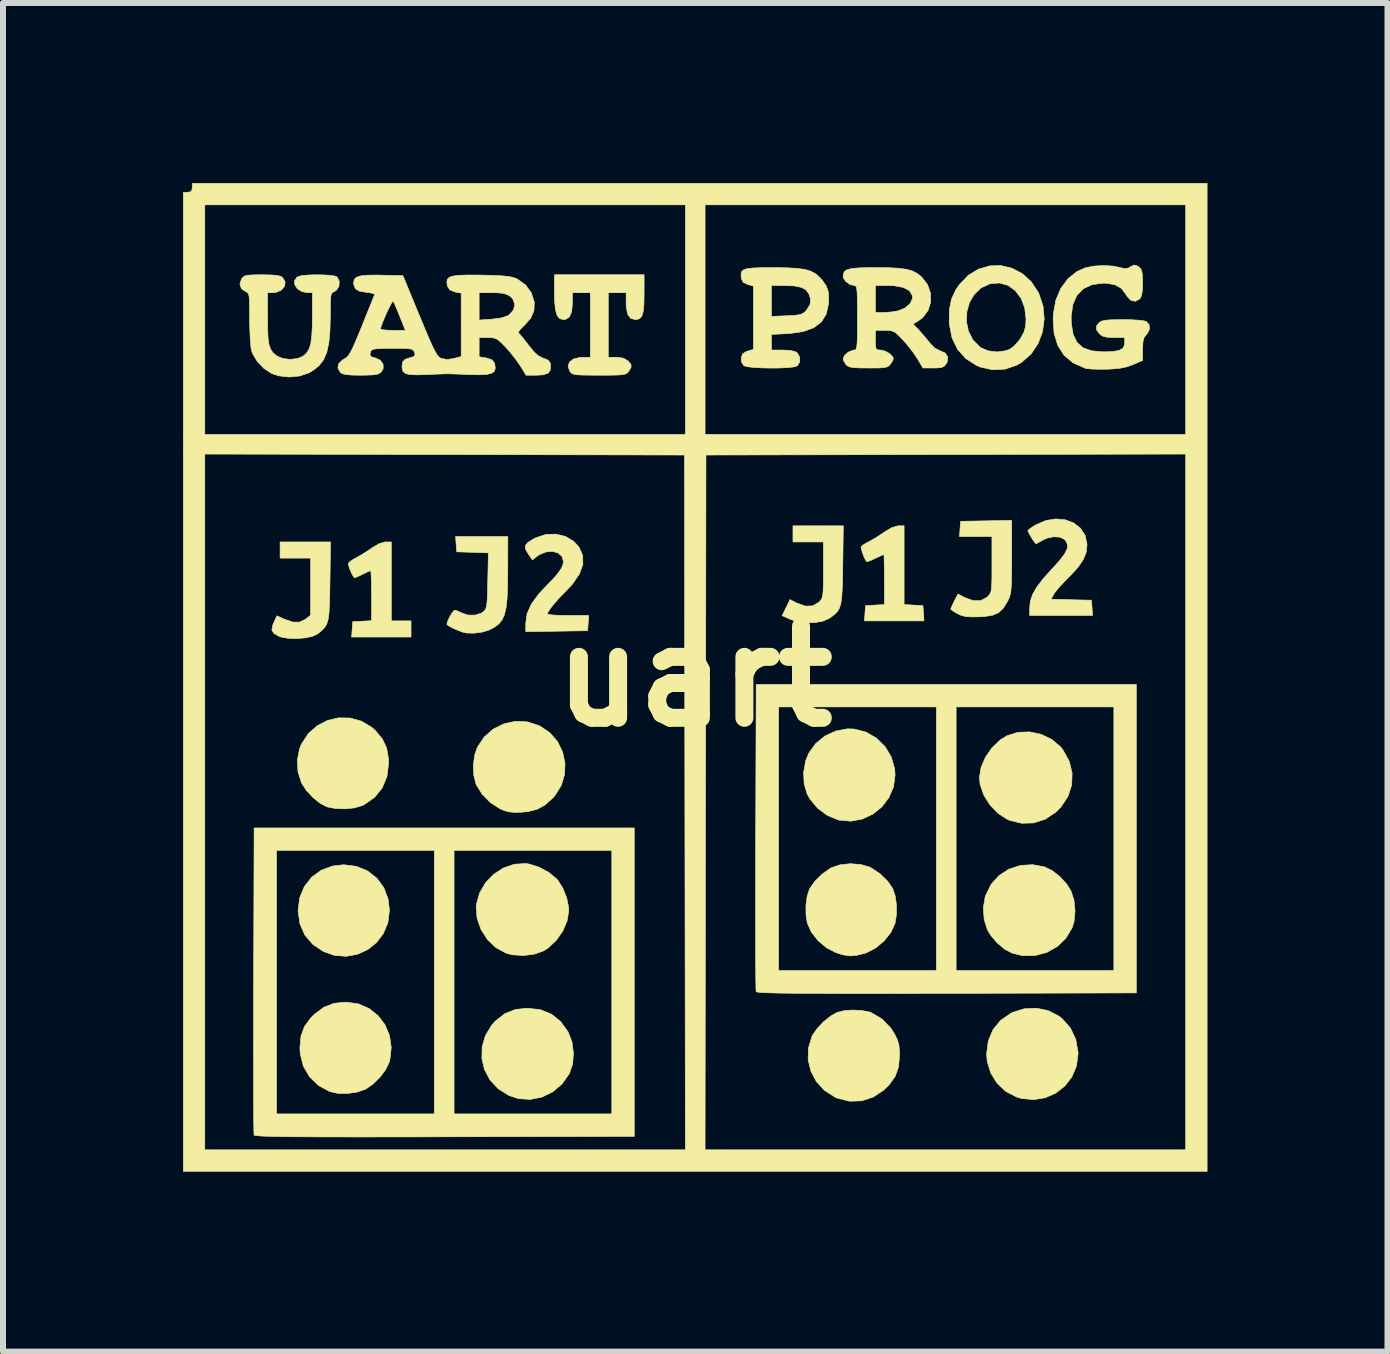
<source format=kicad_pcb>
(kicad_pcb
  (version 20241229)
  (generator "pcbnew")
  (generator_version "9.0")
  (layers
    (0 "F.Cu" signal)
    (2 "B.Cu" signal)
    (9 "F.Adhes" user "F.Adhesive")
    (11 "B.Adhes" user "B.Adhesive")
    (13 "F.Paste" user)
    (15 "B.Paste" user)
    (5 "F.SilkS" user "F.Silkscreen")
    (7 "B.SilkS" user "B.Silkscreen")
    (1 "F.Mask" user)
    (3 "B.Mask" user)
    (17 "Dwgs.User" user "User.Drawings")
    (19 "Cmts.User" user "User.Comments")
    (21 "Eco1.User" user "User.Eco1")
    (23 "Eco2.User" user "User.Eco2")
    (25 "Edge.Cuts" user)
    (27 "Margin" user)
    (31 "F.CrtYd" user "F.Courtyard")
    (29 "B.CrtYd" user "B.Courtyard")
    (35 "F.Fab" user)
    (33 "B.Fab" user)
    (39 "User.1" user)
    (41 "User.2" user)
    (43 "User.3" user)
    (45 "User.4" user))
  (footprint "uart"
    (layer "F.Cu")
    (at 8.521 8.223)
    (property "Reference" "uart" (at 0 0 0) (layer "F.SilkS") (effects (font (size 1.524 1.524) (thickness 0.3))))
    (attr through_hole)
    (fp_poly (pts (xy -5.63 3.165) (xy -5.443 3.243) (xy -5.289 3.364) (xy -5.173 3.523) (xy -5.102 3.714) (xy -5.081 3.901) (xy -5.107 4.105) (xy -5.182 4.285) (xy -5.297 4.436) (xy -5.444 4.553) (xy -5.615 4.631) (xy -5.802 4.664) (xy -5.996 4.649) (xy -6.179 4.585) (xy -6.358 4.465) (xy -6.491 4.309) (xy -6.573 4.122) (xy -6.603 3.909) (xy -6.603 3.9) (xy -6.576 3.687) (xy -6.498 3.501) (xy -6.377 3.346) (xy -6.218 3.23) (xy -6.028 3.159) (xy -5.842 3.138) (xy -5.63 3.165)) (stroke (width 0.01) (type solid)) (fill yes) (layer "F.SilkS"))
    (fp_poly (pts (xy -2.567 5.553) (xy -2.381 5.628) (xy -2.226 5.754) (xy -2.104 5.924) (xy -2.039 6.092) (xy -2.014 6.278) (xy -2.028 6.46) (xy -2.083 6.619) (xy -2.205 6.792) (xy -2.361 6.924) (xy -2.541 7.011) (xy -2.734 7.049) (xy -2.932 7.036) (xy -3.093 6.982) (xy -3.271 6.869) (xy -3.406 6.723) (xy -3.497 6.552) (xy -3.54 6.366) (xy -3.536 6.175) (xy -3.482 5.987) (xy -3.376 5.811) (xy -3.312 5.74) (xy -3.156 5.619) (xy -2.98 5.55) (xy -2.786 5.529) (xy -2.567 5.553)) (stroke (width 0.01) (type solid)) (fill yes) (layer "F.SilkS"))
    (fp_poly (pts (xy 2.665 0.877) (xy 2.863 0.928) (xy 3.037 1.029) (xy 3.179 1.17) (xy 3.282 1.342) (xy 3.338 1.537) (xy 3.346 1.644) (xy 3.319 1.842) (xy 3.242 2.021) (xy 3.125 2.174) (xy 2.974 2.295) (xy 2.8 2.376) (xy 2.61 2.412) (xy 2.413 2.394) (xy 2.406 2.393) (xy 2.222 2.319) (xy 2.057 2.198) (xy 1.927 2.042) (xy 1.88 1.957) (xy 1.83 1.788) (xy 1.822 1.598) (xy 1.855 1.409) (xy 1.906 1.281) (xy 2.022 1.12) (xy 2.177 0.993) (xy 2.359 0.909) (xy 2.554 0.873) (xy 2.665 0.877)) (stroke (width 0.01) (type solid)) (fill yes) (layer "F.SilkS"))
    (fp_poly (pts (xy 5.78 0.965) (xy 5.957 1.05) (xy 6.104 1.174) (xy 6.142 1.222) (xy 6.248 1.413) (xy 6.296 1.611) (xy 6.289 1.81) (xy 6.227 2) (xy 6.11 2.176) (xy 6.024 2.262) (xy 5.849 2.379) (xy 5.656 2.441) (xy 5.454 2.447) (xy 5.252 2.397) (xy 5.213 2.379) (xy 5.059 2.28) (xy 4.926 2.14) (xy 4.824 1.977) (xy 4.764 1.803) (xy 4.751 1.688) (xy 4.778 1.518) (xy 4.852 1.346) (xy 4.963 1.186) (xy 5.101 1.056) (xy 5.211 0.988) (xy 5.394 0.931) (xy 5.588 0.924) (xy 5.78 0.965)) (stroke (width 0.01) (type solid)) (fill yes) (layer "F.SilkS"))
    (fp_poly (pts (xy 5.901 5.571) (xy 6.08 5.664) (xy 6.13 5.703) (xy 6.267 5.858) (xy 6.356 6.045) (xy 6.394 6.255) (xy 6.395 6.294) (xy 6.368 6.496) (xy 6.291 6.676) (xy 6.174 6.827) (xy 6.024 6.944) (xy 5.849 7.021) (xy 5.658 7.053) (xy 5.457 7.034) (xy 5.368 7.008) (xy 5.19 6.915) (xy 5.044 6.777) (xy 4.939 6.607) (xy 4.881 6.413) (xy 4.871 6.294) (xy 4.899 6.076) (xy 4.977 5.888) (xy 5.104 5.732) (xy 5.279 5.612) (xy 5.304 5.599) (xy 5.5 5.538) (xy 5.704 5.529) (xy 5.901 5.571)) (stroke (width 0.01) (type solid)) (fill yes) (layer "F.SilkS"))
    (fp_poly (pts (xy 5.833 3.173) (xy 5.963 3.235) (xy 6.094 3.338) (xy 6.209 3.465) (xy 6.278 3.577) (xy 6.328 3.732) (xy 6.345 3.909) (xy 6.329 4.082) (xy 6.298 4.186) (xy 6.193 4.362) (xy 6.049 4.501) (xy 5.874 4.599) (xy 5.68 4.651) (xy 5.475 4.654) (xy 5.298 4.612) (xy 5.172 4.545) (xy 5.046 4.439) (xy 4.938 4.312) (xy 4.884 4.221) (xy 4.83 4.048) (xy 4.817 3.856) (xy 4.848 3.671) (xy 4.853 3.655) (xy 4.944 3.469) (xy 5.076 3.32) (xy 5.242 3.212) (xy 5.432 3.15) (xy 5.638 3.137) (xy 5.833 3.173)) (stroke (width 0.01) (type solid)) (fill yes) (layer "F.SilkS"))
    (fp_poly (pts (xy -5.797 5.428) (xy -5.595 5.458) (xy -5.417 5.536) (xy -5.267 5.656) (xy -5.153 5.809) (xy -5.079 5.988) (xy -5.051 6.184) (xy -5.074 6.39) (xy -5.085 6.43) (xy -5.143 6.552) (xy -5.239 6.679) (xy -5.355 6.794) (xy -5.477 6.877) (xy -5.479 6.878) (xy -5.619 6.927) (xy -5.783 6.951) (xy -5.947 6.947) (xy -6.076 6.918) (xy -6.264 6.816) (xy -6.412 6.673) (xy -6.515 6.496) (xy -6.567 6.292) (xy -6.573 6.187) (xy -6.555 5.993) (xy -6.496 5.832) (xy -6.388 5.687) (xy -6.33 5.629) (xy -6.173 5.513) (xy -6.006 5.448) (xy -5.811 5.428) (xy -5.797 5.428)) (stroke (width 0.01) (type solid)) (fill yes) (layer "F.SilkS"))
    (fp_poly (pts (xy -5.739 0.693) (xy -5.553 0.743) (xy -5.382 0.843) (xy -5.314 0.903) (xy -5.197 1.045) (xy -5.127 1.196) (xy -5.097 1.373) (xy -5.095 1.449) (xy -5.122 1.666) (xy -5.2 1.856) (xy -5.327 2.014) (xy -5.499 2.135) (xy -5.54 2.154) (xy -5.668 2.191) (xy -5.826 2.207) (xy -5.988 2.2) (xy -6.119 2.174) (xy -6.234 2.115) (xy -6.355 2.018) (xy -6.465 1.9) (xy -6.545 1.776) (xy -6.547 1.772) (xy -6.605 1.589) (xy -6.615 1.392) (xy -6.577 1.201) (xy -6.547 1.127) (xy -6.434 0.954) (xy -6.287 0.823) (xy -6.115 0.734) (xy -5.929 0.69) (xy -5.739 0.693)) (stroke (width 0.01) (type solid)) (fill yes) (layer "F.SilkS"))
    (fp_poly (pts (xy -2.754 3.126) (xy -2.59 3.177) (xy -2.43 3.263) (xy -2.299 3.37) (xy -2.273 3.398) (xy -2.19 3.531) (xy -2.126 3.693) (xy -2.094 3.855) (xy -2.092 3.9) (xy -2.119 4.071) (xy -2.192 4.243) (xy -2.303 4.4) (xy -2.439 4.527) (xy -2.52 4.577) (xy -2.674 4.63) (xy -2.854 4.651) (xy -3.031 4.639) (xy -3.136 4.612) (xy -3.306 4.52) (xy -3.448 4.384) (xy -3.555 4.217) (xy -3.62 4.032) (xy -3.635 3.84) (xy -3.631 3.795) (xy -3.577 3.606) (xy -3.478 3.437) (xy -3.343 3.297) (xy -3.181 3.192) (xy -3.001 3.13) (xy -2.814 3.118) (xy -2.754 3.126)) (stroke (width 0.01) (type solid)) (fill yes) (layer "F.SilkS"))
    (fp_poly (pts (xy -6.072 -1.586) (xy -6.076 -1.358) (xy -6.081 -1.182) (xy -6.089 -1.049) (xy -6.103 -0.949) (xy -6.125 -0.876) (xy -6.157 -0.82) (xy -6.2 -0.773) (xy -6.258 -0.726) (xy -6.287 -0.704) (xy -6.371 -0.666) (xy -6.494 -0.642) (xy -6.635 -0.631) (xy -6.773 -0.636) (xy -6.889 -0.657) (xy -6.922 -0.669) (xy -7.007 -0.718) (xy -7.04 -0.772) (xy -7.027 -0.85) (xy -7.008 -0.896) (xy -6.956 -1.01) (xy -6.832 -0.954) (xy -6.693 -0.906) (xy -6.581 -0.905) (xy -6.483 -0.951) (xy -6.474 -0.958) (xy -6.395 -1.02) (xy -6.395 -1.972) (xy -6.903 -1.972) (xy -6.903 -2.241) (xy -6.063 -2.241) (xy -6.072 -1.586)) (stroke (width 0.01) (type solid)) (fill yes) (layer "F.SilkS"))
    (fp_poly (pts (xy -2.781 0.757) (xy -2.586 0.82) (xy -2.576 0.824) (xy -2.407 0.939) (xy -2.279 1.087) (xy -2.195 1.26) (xy -2.155 1.446) (xy -2.163 1.636) (xy -2.219 1.821) (xy -2.326 1.989) (xy -2.362 2.029) (xy -2.49 2.143) (xy -2.619 2.214) (xy -2.77 2.252) (xy -2.884 2.263) (xy -3.012 2.265) (xy -3.108 2.254) (xy -3.199 2.223) (xy -3.242 2.203) (xy -3.401 2.1) (xy -3.537 1.961) (xy -3.634 1.805) (xy -3.638 1.795) (xy -3.675 1.648) (xy -3.682 1.476) (xy -3.659 1.306) (xy -3.617 1.183) (xy -3.503 1.011) (xy -3.352 0.878) (xy -3.174 0.79) (xy -2.981 0.748) (xy -2.781 0.757)) (stroke (width 0.01) (type solid)) (fill yes) (layer "F.SilkS"))
    (fp_poly (pts (xy 2.789 5.567) (xy 2.916 5.591) (xy 2.944 5.601) (xy 3.129 5.709) (xy 3.275 5.861) (xy 3.334 5.954) (xy 3.384 6.055) (xy 3.41 6.147) (xy 3.42 6.258) (xy 3.42 6.32) (xy 3.403 6.509) (xy 3.347 6.666) (xy 3.245 6.807) (xy 3.156 6.894) (xy 2.981 7.01) (xy 2.788 7.073) (xy 2.587 7.079) (xy 2.386 7.029) (xy 2.346 7.012) (xy 2.171 6.9) (xy 2.035 6.753) (xy 1.943 6.579) (xy 1.897 6.389) (xy 1.902 6.193) (xy 1.96 6.001) (xy 1.973 5.975) (xy 2.049 5.865) (xy 2.159 5.751) (xy 2.281 5.654) (xy 2.378 5.6) (xy 2.493 5.571) (xy 2.639 5.56) (xy 2.789 5.567)) (stroke (width 0.01) (type solid)) (fill yes) (layer "F.SilkS"))
    (fp_poly (pts (xy -5.05 -0.926) (xy -4.721 -0.926) (xy -4.721 -0.657) (xy -5.711 -0.657) (xy -5.693 -0.911) (xy -5.536 -0.92) (xy -5.379 -0.929) (xy -5.379 -1.346) (xy -5.38 -1.496) (xy -5.383 -1.622) (xy -5.387 -1.714) (xy -5.393 -1.76) (xy -5.395 -1.763) (xy -5.429 -1.751) (xy -5.496 -1.719) (xy -5.528 -1.703) (xy -5.603 -1.667) (xy -5.654 -1.646) (xy -5.663 -1.644) (xy -5.684 -1.668) (xy -5.715 -1.727) (xy -5.745 -1.799) (xy -5.764 -1.861) (xy -5.767 -1.881) (xy -5.743 -1.911) (xy -5.681 -1.953) (xy -5.64 -1.975) (xy -5.539 -2.032) (xy -5.426 -2.104) (xy -5.375 -2.14) (xy -5.257 -2.21) (xy -5.157 -2.241) (xy -5.143 -2.241) (xy -5.05 -2.241) (xy -5.05 -0.926)) (stroke (width 0.01) (type solid)) (fill yes) (layer "F.SilkS"))
    (fp_poly (pts (xy 2.474 -1.855) (xy 2.471 -1.625) (xy 2.465 -1.447) (xy 2.456 -1.312) (xy 2.441 -1.212) (xy 2.418 -1.137) (xy 2.384 -1.081) (xy 2.337 -1.034) (xy 2.276 -0.987) (xy 2.241 -0.964) (xy 2.133 -0.918) (xy 1.989 -0.896) (xy 1.831 -0.898) (xy 1.679 -0.924) (xy 1.591 -0.956) (xy 1.464 -1.013) (xy 1.529 -1.147) (xy 1.594 -1.281) (xy 1.707 -1.223) (xy 1.851 -1.172) (xy 1.974 -1.176) (xy 2.075 -1.236) (xy 2.078 -1.239) (xy 2.106 -1.269) (xy 2.126 -1.301) (xy 2.139 -1.346) (xy 2.146 -1.413) (xy 2.15 -1.513) (xy 2.151 -1.656) (xy 2.152 -1.777) (xy 2.152 -2.241) (xy 1.644 -2.241) (xy 1.644 -2.51) (xy 2.483 -2.51) (xy 2.474 -1.855)) (stroke (width 0.01) (type solid)) (fill yes) (layer "F.SilkS"))
    (fp_poly (pts (xy 2.771 3.134) (xy 2.922 3.177) (xy 2.947 3.19) (xy 3.097 3.29) (xy 3.226 3.417) (xy 3.306 3.534) (xy 3.347 3.656) (xy 3.369 3.811) (xy 3.368 3.972) (xy 3.345 4.115) (xy 3.277 4.264) (xy 3.165 4.405) (xy 3.025 4.523) (xy 2.872 4.604) (xy 2.841 4.614) (xy 2.703 4.648) (xy 2.592 4.657) (xy 2.48 4.64) (xy 2.361 4.603) (xy 2.204 4.523) (xy 2.062 4.403) (xy 1.95 4.259) (xy 1.883 4.111) (xy 1.861 3.973) (xy 1.86 3.817) (xy 1.88 3.666) (xy 1.918 3.546) (xy 1.922 3.538) (xy 2.009 3.413) (xy 2.133 3.292) (xy 2.27 3.196) (xy 2.284 3.188) (xy 2.428 3.14) (xy 2.598 3.121) (xy 2.771 3.134)) (stroke (width 0.01) (type solid)) (fill yes) (layer "F.SilkS"))
    (fp_poly (pts (xy 3.496 -1.198) (xy 3.653 -1.189) (xy 3.81 -1.18) (xy 3.828 -0.926) (xy 2.835 -0.926) (xy 2.854 -1.18) (xy 3.011 -1.189) (xy 3.168 -1.198) (xy 3.168 -1.615) (xy 3.167 -1.765) (xy 3.165 -1.891) (xy 3.163 -1.983) (xy 3.159 -2.029) (xy 3.158 -2.032) (xy 3.128 -2.02) (xy 3.063 -1.99) (xy 3.025 -1.972) (xy 2.945 -1.936) (xy 2.888 -1.915) (xy 2.875 -1.912) (xy 2.854 -1.938) (xy 2.825 -1.999) (xy 2.798 -2.073) (xy 2.781 -2.14) (xy 2.779 -2.162) (xy 2.803 -2.185) (xy 2.865 -2.223) (xy 2.906 -2.244) (xy 3.007 -2.301) (xy 3.12 -2.373) (xy 3.172 -2.409) (xy 3.289 -2.479) (xy 3.389 -2.509) (xy 3.403 -2.51) (xy 3.496 -2.51) (xy 3.496 -1.198)) (stroke (width 0.01) (type solid)) (fill yes) (layer "F.SilkS"))
    (fp_poly (pts (xy 8.546 8.248) (xy -8.516 8.248) (xy -8.516 7.889) (xy -8.158 7.889) (xy -0.149 7.889) (xy 0.179 7.889) (xy 8.188 7.889) (xy 8.188 -3.706) (xy 0.194 -3.69) (xy 0.179 7.889) (xy -0.149 7.889) (xy -0.157 2.099) (xy -0.164 -3.69) (xy -4.161 -3.698) (xy -8.158 -3.706) (xy -8.158 7.889) (xy -8.516 7.889) (xy -8.516 -7.859) (xy -8.158 -7.859) (xy -8.158 -4.034) (xy -0.149 -4.034) (xy -0.149 -7.859) (xy 0.179 -7.859) (xy 0.179 -4.034) (xy 8.188 -4.034) (xy 8.188 -7.859) (xy 0.179 -7.859) (xy -0.149 -7.859) (xy -8.158 -7.859) (xy -8.516 -7.859) (xy -8.516 -8.068) (xy -8.442 -8.068) (xy -8.385 -8.081) (xy -8.367 -8.129) (xy -8.367 -8.143) (xy -8.367 -8.218) (xy 8.546 -8.218) (xy 8.546 8.248)) (stroke (width 0.01) (type solid)) (fill yes) (layer "F.SilkS"))
    (fp_poly (pts (xy -3.109 -1.756) (xy -3.112 -1.504) (xy -3.12 -1.304) (xy -3.137 -1.148) (xy -3.165 -1.029) (xy -3.206 -0.94) (xy -3.262 -0.871) (xy -3.337 -0.817) (xy -3.422 -0.773) (xy -3.535 -0.739) (xy -3.669 -0.721) (xy -3.796 -0.724) (xy -3.855 -0.737) (xy -3.952 -0.773) (xy -4.04 -0.813) (xy -4.103 -0.848) (xy -4.124 -0.87) (xy -4.11 -0.922) (xy -4.077 -0.992) (xy -4.037 -1.058) (xy -4.002 -1.1) (xy -3.991 -1.105) (xy -3.944 -1.09) (xy -3.885 -1.061) (xy -3.774 -1.023) (xy -3.652 -1.022) (xy -3.546 -1.056) (xy -3.522 -1.073) (xy -3.495 -1.097) (xy -3.476 -1.127) (xy -3.463 -1.171) (xy -3.454 -1.24) (xy -3.448 -1.344) (xy -3.444 -1.492) (xy -3.442 -1.595) (xy -3.432 -2.059) (xy -3.696 -2.068) (xy -3.959 -2.077) (xy -3.969 -2.204) (xy -3.978 -2.331) (xy -3.108 -2.331) (xy -3.109 -1.756)) (stroke (width 0.01) (type solid)) (fill yes) (layer "F.SilkS"))
    (fp_poly (pts (xy -1.001 7.665) (xy -4.162 7.672) (xy -4.684 7.674) (xy -5.149 7.674) (xy -5.56 7.675) (xy -5.92 7.674) (xy -6.232 7.674) (xy -6.498 7.672) (xy -6.722 7.671) (xy -6.906 7.668) (xy -7.053 7.665) (xy -7.166 7.662) (xy -7.248 7.657) (xy -7.302 7.652) (xy -7.331 7.647) (xy -7.337 7.643) (xy -7.339 7.608) (xy -7.341 7.517) (xy -7.343 7.376) (xy -7.344 7.189) (xy -7.345 6.959) (xy -7.345 6.691) (xy -7.346 6.391) (xy -7.346 6.061) (xy -7.345 5.708) (xy -7.345 5.334) (xy -7.344 5.065) (xy -7.337 2.899) (xy -6.963 2.899) (xy -6.963 7.291) (xy -4.333 7.291) (xy -4.333 2.899) (xy -4.004 2.899) (xy -4.004 7.291) (xy -1.375 7.291) (xy -1.375 2.899) (xy -4.004 2.899) (xy -4.333 2.899) (xy -6.963 2.899) (xy -7.337 2.899) (xy -7.336 2.525) (xy -1.001 2.525) (xy -1.001 7.665)) (stroke (width 0.01) (type solid)) (fill yes) (layer "F.SilkS"))
    (fp_poly (pts (xy 5.289 -1.994) (xy 5.289 -1.787) (xy 5.287 -1.63) (xy 5.283 -1.514) (xy 5.276 -1.429) (xy 5.266 -1.367) (xy 5.25 -1.316) (xy 5.229 -1.269) (xy 5.222 -1.256) (xy 5.152 -1.141) (xy 5.074 -1.065) (xy 4.971 -1.02) (xy 4.832 -0.998) (xy 4.742 -0.993) (xy 4.605 -0.992) (xy 4.509 -1.001) (xy 4.433 -1.023) (xy 4.385 -1.046) (xy 4.316 -1.087) (xy 4.277 -1.116) (xy 4.273 -1.122) (xy 4.286 -1.156) (xy 4.317 -1.223) (xy 4.333 -1.256) (xy 4.394 -1.374) (xy 4.505 -1.315) (xy 4.646 -1.263) (xy 4.771 -1.263) (xy 4.875 -1.317) (xy 4.887 -1.328) (xy 4.915 -1.358) (xy 4.935 -1.391) (xy 4.948 -1.435) (xy 4.955 -1.503) (xy 4.959 -1.603) (xy 4.96 -1.746) (xy 4.96 -1.866) (xy 4.96 -2.331) (xy 4.419 -2.331) (xy 4.438 -2.585) (xy 4.863 -2.593) (xy 5.289 -2.601) (xy 5.289 -1.994)) (stroke (width 0.01) (type solid)) (fill yes) (layer "F.SilkS"))
    (fp_poly (pts (xy 7.366 5.274) (xy 4.205 5.282) (xy 3.683 5.283) (xy 3.218 5.284) (xy 2.807 5.284) (xy 2.447 5.284) (xy 2.135 5.283) (xy 1.869 5.282) (xy 1.646 5.28) (xy 1.462 5.278) (xy 1.314 5.275) (xy 1.201 5.271) (xy 1.119 5.267) (xy 1.065 5.262) (xy 1.036 5.256) (xy 1.03 5.252) (xy 1.028 5.217) (xy 1.026 5.127) (xy 1.024 4.986) (xy 1.023 4.798) (xy 1.022 4.568) (xy 1.022 4.301) (xy 1.021 4) (xy 1.021 3.671) (xy 1.022 3.317) (xy 1.022 2.943) (xy 1.023 2.674) (xy 1.03 0.508) (xy 1.404 0.508) (xy 1.404 4.901) (xy 4.034 4.901) (xy 4.034 0.508) (xy 4.363 0.508) (xy 4.363 4.901) (xy 6.992 4.901) (xy 6.992 0.508) (xy 4.363 0.508) (xy 4.034 0.508) (xy 1.404 0.508) (xy 1.03 0.508) (xy 1.031 0.134) (xy 7.366 0.134) (xy 7.366 5.274)) (stroke (width 0.01) (type solid)) (fill yes) (layer "F.SilkS"))
    (fp_poly (pts (xy -2.147 -2.333) (xy -2.008 -2.25) (xy -1.92 -2.153) (xy -1.86 -2.015) (xy -1.858 -1.866) (xy -1.915 -1.708) (xy -2.031 -1.539) (xy -2.138 -1.424) (xy -2.248 -1.312) (xy -2.341 -1.206) (xy -2.41 -1.118) (xy -2.447 -1.056) (xy -2.45 -1.04) (xy -2.422 -1.031) (xy -2.347 -1.023) (xy -2.234 -1.018) (xy -2.105 -1.016) (xy -1.76 -1.016) (xy -1.778 -0.762) (xy -2.293 -0.754) (xy -2.809 -0.746) (xy -2.809 -0.886) (xy -2.786 -1.048) (xy -2.714 -1.209) (xy -2.59 -1.377) (xy -2.497 -1.476) (xy -2.365 -1.612) (xy -2.273 -1.718) (xy -2.215 -1.802) (xy -2.187 -1.871) (xy -2.181 -1.918) (xy -2.206 -2.002) (xy -2.272 -2.059) (xy -2.365 -2.084) (xy -2.472 -2.075) (xy -2.581 -2.03) (xy -2.62 -2.004) (xy -2.698 -1.942) (xy -2.771 -2.048) (xy -2.813 -2.123) (xy -2.816 -2.18) (xy -2.776 -2.231) (xy -2.687 -2.287) (xy -2.647 -2.308) (xy -2.48 -2.365) (xy -2.309 -2.372) (xy -2.147 -2.333)) (stroke (width 0.01) (type solid)) (fill yes) (layer "F.SilkS"))
    (fp_poly (pts (xy 6.183 -2.61) (xy 6.322 -2.558) (xy 6.435 -2.47) (xy 6.512 -2.352) (xy 6.544 -2.206) (xy 6.544 -2.188) (xy 6.53 -2.066) (xy 6.482 -1.947) (xy 6.395 -1.82) (xy 6.263 -1.676) (xy 6.231 -1.644) (xy 6.137 -1.548) (xy 6.056 -1.458) (xy 6.001 -1.388) (xy 5.989 -1.368) (xy 5.946 -1.287) (xy 6.283 -1.278) (xy 6.619 -1.27) (xy 6.637 -1.016) (xy 5.588 -1.016) (xy 5.589 -1.143) (xy 5.601 -1.259) (xy 5.641 -1.374) (xy 5.713 -1.497) (xy 5.823 -1.639) (xy 5.958 -1.788) (xy 6.086 -1.929) (xy 6.17 -2.04) (xy 6.214 -2.128) (xy 6.219 -2.199) (xy 6.19 -2.26) (xy 6.169 -2.284) (xy 6.094 -2.321) (xy 5.99 -2.328) (xy 5.878 -2.305) (xy 5.804 -2.271) (xy 5.738 -2.233) (xy 5.698 -2.212) (xy 5.694 -2.211) (xy 5.673 -2.234) (xy 5.635 -2.288) (xy 5.596 -2.354) (xy 5.566 -2.409) (xy 5.558 -2.43) (xy 5.582 -2.454) (xy 5.642 -2.496) (xy 5.691 -2.526) (xy 5.858 -2.598) (xy 6.025 -2.625) (xy 6.183 -2.61)) (stroke (width 0.01) (type solid)) (fill yes) (layer "F.SilkS"))
    (fp_poly (pts (xy -0.837 -6.367) (xy -0.84 -6.197) (xy -0.852 -6.078) (xy -0.876 -6.002) (xy -0.915 -5.961) (xy -0.971 -5.947) (xy -0.986 -5.947) (xy -1.063 -5.969) (xy -1.111 -6.037) (xy -1.134 -6.156) (xy -1.136 -6.218) (xy -1.136 -6.395) (xy -1.434 -6.395) (xy -1.434 -5.319) (xy -1.3 -5.319) (xy -1.184 -5.305) (xy -1.108 -5.261) (xy -1.106 -5.259) (xy -1.057 -5.202) (xy -1.053 -5.155) (xy -1.089 -5.091) (xy -1.092 -5.087) (xy -1.113 -5.061) (xy -1.141 -5.043) (xy -1.184 -5.031) (xy -1.254 -5.024) (xy -1.36 -5.021) (xy -1.513 -5.02) (xy -1.584 -5.02) (xy -1.756 -5.021) (xy -1.879 -5.023) (xy -1.961 -5.028) (xy -2.014 -5.038) (xy -2.046 -5.054) (xy -2.068 -5.076) (xy -2.073 -5.083) (xy -2.104 -5.166) (xy -2.082 -5.237) (xy -2.014 -5.29) (xy -1.906 -5.317) (xy -1.862 -5.319) (xy -1.733 -5.319) (xy -1.733 -6.395) (xy -2.032 -6.395) (xy -2.032 -6.218) (xy -2.044 -6.078) (xy -2.082 -5.99) (xy -2.147 -5.95) (xy -2.182 -5.947) (xy -2.243 -5.963) (xy -2.287 -6.016) (xy -2.314 -6.111) (xy -2.328 -6.255) (xy -2.331 -6.387) (xy -2.331 -6.694) (xy -0.837 -6.694) (xy -0.837 -6.367)) (stroke (width 0.01) (type solid)) (fill yes) (layer "F.SilkS"))
    (fp_poly (pts (xy 5.292 -6.804) (xy 5.463 -6.715) (xy 5.612 -6.581) (xy 5.731 -6.402) (xy 5.742 -6.381) (xy 5.812 -6.171) (xy 5.831 -5.955) (xy 5.803 -5.744) (xy 5.729 -5.548) (xy 5.614 -5.376) (xy 5.46 -5.239) (xy 5.372 -5.187) (xy 5.176 -5.121) (xy 4.969 -5.111) (xy 4.767 -5.156) (xy 4.706 -5.181) (xy 4.523 -5.298) (xy 4.386 -5.453) (xy 4.294 -5.645) (xy 4.25 -5.873) (xy 4.248 -5.911) (xy 4.248 -5.915) (xy 4.535 -5.915) (xy 4.568 -5.756) (xy 4.641 -5.612) (xy 4.756 -5.493) (xy 4.778 -5.477) (xy 4.901 -5.425) (xy 5.047 -5.408) (xy 5.191 -5.428) (xy 5.262 -5.455) (xy 5.331 -5.508) (xy 5.405 -5.59) (xy 5.44 -5.64) (xy 5.495 -5.74) (xy 5.521 -5.834) (xy 5.528 -5.955) (xy 5.528 -5.958) (xy 5.506 -6.144) (xy 5.444 -6.304) (xy 5.349 -6.43) (xy 5.228 -6.517) (xy 5.087 -6.557) (xy 4.933 -6.545) (xy 4.928 -6.544) (xy 4.78 -6.476) (xy 4.666 -6.368) (xy 4.586 -6.232) (xy 4.542 -6.077) (xy 4.535 -5.915) (xy 4.248 -5.915) (xy 4.251 -6.117) (xy 4.286 -6.289) (xy 4.358 -6.444) (xy 4.419 -6.532) (xy 4.567 -6.686) (xy 4.737 -6.788) (xy 4.921 -6.842) (xy 5.109 -6.847) (xy 5.292 -6.804)) (stroke (width 0.01) (type solid)) (fill yes) (layer "F.SilkS"))
    (fp_poly (pts (xy 1.326 -6.813) (xy 1.546 -6.81) (xy 1.716 -6.8) (xy 1.845 -6.782) (xy 1.945 -6.752) (xy 2.025 -6.708) (xy 2.093 -6.647) (xy 2.13 -6.606) (xy 2.197 -6.511) (xy 2.232 -6.413) (xy 2.24 -6.291) (xy 2.235 -6.204) (xy 2.199 -6.039) (xy 2.118 -5.908) (xy 1.991 -5.812) (xy 1.817 -5.748) (xy 1.592 -5.715) (xy 1.547 -5.713) (xy 1.285 -5.7) (xy 1.285 -5.439) (xy 1.477 -5.439) (xy 1.608 -5.432) (xy 1.689 -5.41) (xy 1.716 -5.392) (xy 1.756 -5.32) (xy 1.757 -5.241) (xy 1.719 -5.18) (xy 1.705 -5.171) (xy 1.647 -5.156) (xy 1.545 -5.146) (xy 1.414 -5.14) (xy 1.269 -5.139) (xy 1.124 -5.142) (xy 0.992 -5.149) (xy 0.889 -5.161) (xy 0.83 -5.176) (xy 0.825 -5.179) (xy 0.784 -5.244) (xy 0.782 -5.306) (xy 0.803 -5.373) (xy 0.858 -5.412) (xy 0.889 -5.422) (xy 0.986 -5.451) (xy 0.986 -6.506) (xy 0.956 -6.514) (xy 1.285 -6.514) (xy 1.285 -6) (xy 1.542 -6.011) (xy 1.668 -6.017) (xy 1.751 -6.028) (xy 1.804 -6.046) (xy 1.845 -6.077) (xy 1.87 -6.105) (xy 1.93 -6.2) (xy 1.936 -6.295) (xy 1.909 -6.375) (xy 1.862 -6.441) (xy 1.784 -6.484) (xy 1.668 -6.508) (xy 1.508 -6.514) (xy 1.285 -6.514) (xy 0.956 -6.514) (xy 0.889 -6.533) (xy 0.817 -6.567) (xy 0.786 -6.622) (xy 0.782 -6.644) (xy 0.779 -6.703) (xy 0.79 -6.747) (xy 0.822 -6.777) (xy 0.884 -6.796) (xy 0.982 -6.807) (xy 1.125 -6.812) (xy 1.32 -6.813) (xy 1.326 -6.813)) (stroke (width 0.01) (type solid)) (fill yes) (layer "F.SilkS"))
    (fp_poly (pts (xy -7.055 -6.691) (xy -6.956 -6.683) (xy -6.894 -6.668) (xy -6.86 -6.647) (xy -6.819 -6.574) (xy -6.829 -6.501) (xy -6.881 -6.439) (xy -6.968 -6.401) (xy -7.029 -6.395) (xy -7.112 -6.395) (xy -7.112 -5.969) (xy -7.11 -5.777) (xy -7.103 -5.634) (xy -7.088 -5.531) (xy -7.063 -5.456) (xy -7.026 -5.4) (xy -6.973 -5.352) (xy -6.96 -5.342) (xy -6.861 -5.299) (xy -6.737 -5.284) (xy -6.612 -5.298) (xy -6.525 -5.334) (xy -6.466 -5.384) (xy -6.422 -5.452) (xy -6.392 -5.546) (xy -6.375 -5.675) (xy -6.366 -5.849) (xy -6.365 -5.99) (xy -6.365 -6.395) (xy -6.448 -6.395) (xy -6.541 -6.414) (xy -6.614 -6.461) (xy -6.657 -6.525) (xy -6.664 -6.592) (xy -6.626 -6.649) (xy -6.606 -6.663) (xy -6.546 -6.679) (xy -6.447 -6.689) (xy -6.327 -6.693) (xy -6.2 -6.692) (xy -6.085 -6.686) (xy -5.997 -6.674) (xy -5.953 -6.658) (xy -5.917 -6.586) (xy -5.922 -6.504) (xy -5.965 -6.436) (xy -5.991 -6.419) (xy -6.023 -6.403) (xy -6.044 -6.381) (xy -6.057 -6.342) (xy -6.063 -6.275) (xy -6.066 -6.169) (xy -6.066 -6.021) (xy -6.072 -5.767) (xy -6.09 -5.565) (xy -6.124 -5.405) (xy -6.177 -5.28) (xy -6.252 -5.181) (xy -6.352 -5.101) (xy -6.424 -5.059) (xy -6.576 -5.007) (xy -6.752 -4.99) (xy -6.927 -5.01) (xy -7.038 -5.046) (xy -7.17 -5.131) (xy -7.284 -5.25) (xy -7.363 -5.384) (xy -7.379 -5.43) (xy -7.391 -5.502) (xy -7.4 -5.618) (xy -7.407 -5.765) (xy -7.411 -5.927) (xy -7.411 -5.967) (xy -7.411 -6.134) (xy -7.414 -6.251) (xy -7.419 -6.328) (xy -7.429 -6.373) (xy -7.445 -6.397) (xy -7.468 -6.409) (xy -7.471 -6.41) (xy -7.546 -6.459) (xy -7.573 -6.534) (xy -7.548 -6.62) (xy -7.547 -6.621) (xy -7.521 -6.654) (xy -7.489 -6.675) (xy -7.438 -6.687) (xy -7.354 -6.692) (xy -7.225 -6.694) (xy -7.203 -6.694) (xy -7.055 -6.691)) (stroke (width 0.01) (type solid)) (fill yes) (layer "F.SilkS"))
    (fp_poly (pts (xy 7.372 -6.847) (xy 7.405 -6.826) (xy 7.439 -6.795) (xy 7.459 -6.75) (xy 7.468 -6.678) (xy 7.471 -6.561) (xy 7.471 -6.56) (xy 7.466 -6.428) (xy 7.452 -6.344) (xy 7.425 -6.294) (xy 7.422 -6.291) (xy 7.35 -6.252) (xy 7.276 -6.268) (xy 7.21 -6.336) (xy 7.195 -6.364) (xy 7.119 -6.466) (xy 7.011 -6.527) (xy 6.862 -6.553) (xy 6.813 -6.554) (xy 6.629 -6.53) (xy 6.482 -6.461) (xy 6.374 -6.347) (xy 6.306 -6.191) (xy 6.28 -5.994) (xy 6.283 -5.88) (xy 6.313 -5.701) (xy 6.377 -5.568) (xy 6.479 -5.477) (xy 6.624 -5.426) (xy 6.815 -5.409) (xy 6.819 -5.409) (xy 6.975 -5.414) (xy 7.081 -5.434) (xy 7.143 -5.47) (xy 7.169 -5.526) (xy 7.172 -5.557) (xy 7.172 -5.648) (xy 6.992 -5.648) (xy 6.878 -5.653) (xy 6.804 -5.672) (xy 6.753 -5.708) (xy 6.701 -5.781) (xy 6.706 -5.846) (xy 6.748 -5.897) (xy 6.785 -5.92) (xy 6.843 -5.935) (xy 6.933 -5.943) (xy 7.066 -5.946) (xy 7.139 -5.947) (xy 7.28 -5.944) (xy 7.403 -5.937) (xy 7.493 -5.926) (xy 7.532 -5.916) (xy 7.58 -5.861) (xy 7.585 -5.786) (xy 7.547 -5.71) (xy 7.53 -5.693) (xy 7.495 -5.647) (xy 7.477 -5.58) (xy 7.471 -5.475) (xy 7.471 -5.453) (xy 7.471 -5.267) (xy 7.314 -5.198) (xy 7.209 -5.16) (xy 7.093 -5.136) (xy 6.946 -5.123) (xy 6.873 -5.12) (xy 6.739 -5.119) (xy 6.62 -5.123) (xy 6.533 -5.132) (xy 6.509 -5.138) (xy 6.313 -5.226) (xy 6.162 -5.352) (xy 6.057 -5.516) (xy 5.996 -5.718) (xy 5.98 -5.961) (xy 5.985 -6.053) (xy 6.026 -6.274) (xy 6.109 -6.469) (xy 6.23 -6.631) (xy 6.382 -6.751) (xy 6.52 -6.811) (xy 6.663 -6.839) (xy 6.826 -6.848) (xy 6.984 -6.838) (xy 7.093 -6.814) (xy 7.175 -6.795) (xy 7.236 -6.807) (xy 7.269 -6.826) (xy 7.326 -6.856) (xy 7.372 -6.847)) (stroke (width 0.01) (type solid)) (fill yes) (layer "F.SilkS"))
    (fp_poly (pts (xy 3.249 -6.811) (xy 3.413 -6.802) (xy 3.537 -6.785) (xy 3.633 -6.758) (xy 3.711 -6.718) (xy 3.781 -6.663) (xy 3.79 -6.655) (xy 3.887 -6.529) (xy 3.936 -6.386) (xy 3.939 -6.239) (xy 3.896 -6.1) (xy 3.808 -5.982) (xy 3.733 -5.926) (xy 3.646 -5.874) (xy 3.746 -5.768) (xy 3.828 -5.676) (xy 3.908 -5.578) (xy 3.926 -5.554) (xy 4.007 -5.471) (xy 4.092 -5.429) (xy 4.093 -5.428) (xy 4.182 -5.389) (xy 4.224 -5.322) (xy 4.215 -5.24) (xy 4.2 -5.212) (xy 4.164 -5.17) (xy 4.116 -5.148) (xy 4.036 -5.141) (xy 3.981 -5.14) (xy 3.81 -5.141) (xy 3.72 -5.292) (xy 3.651 -5.395) (xy 3.56 -5.513) (xy 3.48 -5.605) (xy 3.4 -5.689) (xy 3.342 -5.737) (xy 3.287 -5.76) (xy 3.219 -5.767) (xy 3.174 -5.767) (xy 3.018 -5.767) (xy 3.018 -5.603) (xy 3.02 -5.509) (xy 3.029 -5.46) (xy 3.056 -5.442) (xy 3.106 -5.439) (xy 3.108 -5.439) (xy 3.182 -5.421) (xy 3.256 -5.379) (xy 3.307 -5.327) (xy 3.317 -5.296) (xy 3.301 -5.256) (xy 3.27 -5.206) (xy 3.245 -5.177) (xy 3.212 -5.158) (xy 3.158 -5.146) (xy 3.071 -5.141) (xy 2.94 -5.14) (xy 2.902 -5.14) (xy 2.754 -5.141) (xy 2.654 -5.147) (xy 2.59 -5.158) (xy 2.55 -5.176) (xy 2.53 -5.194) (xy 2.491 -5.256) (xy 2.48 -5.297) (xy 2.505 -5.352) (xy 2.566 -5.404) (xy 2.64 -5.436) (xy 2.666 -5.439) (xy 2.685 -5.443) (xy 2.699 -5.46) (xy 2.708 -5.5) (xy 2.714 -5.569) (xy 2.718 -5.676) (xy 2.719 -5.828) (xy 2.719 -5.976) (xy 2.719 -6.168) (xy 2.717 -6.308) (xy 2.713 -6.405) (xy 2.706 -6.466) (xy 2.696 -6.499) (xy 2.681 -6.512) (xy 2.666 -6.514) (xy 3.018 -6.514) (xy 3.018 -6.066) (xy 3.16 -6.066) (xy 3.273 -6.073) (xy 3.382 -6.09) (xy 3.409 -6.096) (xy 3.521 -6.146) (xy 3.6 -6.218) (xy 3.636 -6.301) (xy 3.634 -6.348) (xy 3.585 -6.429) (xy 3.484 -6.483) (xy 3.331 -6.511) (xy 3.229 -6.514) (xy 3.018 -6.514) (xy 2.666 -6.514) (xy 2.59 -6.535) (xy 2.522 -6.584) (xy 2.483 -6.645) (xy 2.48 -6.663) (xy 2.486 -6.716) (xy 2.509 -6.755) (xy 2.557 -6.782) (xy 2.637 -6.8) (xy 2.758 -6.809) (xy 2.926 -6.813) (xy 3.036 -6.813) (xy 3.249 -6.811)) (stroke (width 0.01) (type solid)) (fill yes) (layer "F.SilkS"))
    (fp_poly (pts (xy -3.594 -6.689) (xy -3.532 -6.688) (xy -3.343 -6.683) (xy -3.203 -6.676) (xy -3.101 -6.666) (xy -3.026 -6.651) (xy -2.968 -6.631) (xy -2.949 -6.622) (xy -2.814 -6.526) (xy -2.717 -6.395) (xy -2.669 -6.244) (xy -2.667 -6.235) (xy -2.673 -6.096) (xy -2.727 -5.97) (xy -2.835 -5.848) (xy -2.852 -5.833) (xy -2.908 -5.776) (xy -2.933 -5.734) (xy -2.93 -5.724) (xy -2.9 -5.693) (xy -2.846 -5.627) (xy -2.777 -5.539) (xy -2.763 -5.52) (xy -2.673 -5.41) (xy -2.598 -5.343) (xy -2.524 -5.306) (xy -2.514 -5.303) (xy -2.438 -5.272) (xy -2.403 -5.227) (xy -2.396 -5.189) (xy -2.4 -5.105) (xy -2.439 -5.053) (xy -2.522 -5.026) (xy -2.631 -5.02) (xy -2.804 -5.02) (xy -2.898 -5.174) (xy -2.971 -5.279) (xy -3.064 -5.397) (xy -3.144 -5.488) (xy -3.226 -5.571) (xy -3.285 -5.619) (xy -3.341 -5.641) (xy -3.41 -5.648) (xy -3.441 -5.648) (xy -3.586 -5.648) (xy -3.586 -5.327) (xy -3.47 -5.308) (xy -3.375 -5.278) (xy -3.328 -5.22) (xy -3.317 -5.138) (xy -3.331 -5.087) (xy -3.376 -5.053) (xy -3.461 -5.033) (xy -3.591 -5.027) (xy -3.759 -5.031) (xy -3.902 -5.037) (xy -4.004 -5.041) (xy -4.08 -5.043) (xy -4.15 -5.043) (xy -4.231 -5.04) (xy -4.34 -5.036) (xy -4.462 -5.03) (xy -4.627 -5.026) (xy -4.741 -5.031) (xy -4.813 -5.048) (xy -4.853 -5.081) (xy -4.869 -5.133) (xy -4.871 -5.172) (xy -4.86 -5.242) (xy -4.819 -5.285) (xy -4.733 -5.314) (xy -4.72 -5.316) (xy -4.664 -5.336) (xy -4.655 -5.372) (xy -4.664 -5.401) (xy -4.678 -5.43) (xy -4.702 -5.449) (xy -4.745 -5.461) (xy -4.821 -5.466) (xy -4.938 -5.468) (xy -5.031 -5.468) (xy -5.183 -5.467) (xy -5.285 -5.462) (xy -5.347 -5.453) (xy -5.38 -5.437) (xy -5.391 -5.421) (xy -5.406 -5.359) (xy -5.383 -5.327) (xy -5.319 -5.309) (xy -5.234 -5.27) (xy -5.187 -5.205) (xy -5.185 -5.13) (xy -5.214 -5.08) (xy -5.247 -5.052) (xy -5.292 -5.034) (xy -5.363 -5.025) (xy -5.473 -5.021) (xy -5.561 -5.02) (xy -5.706 -5.022) (xy -5.804 -5.03) (xy -5.865 -5.045) (xy -5.901 -5.069) (xy -5.94 -5.141) (xy -5.925 -5.215) (xy -5.858 -5.278) (xy -5.837 -5.289) (xy -5.801 -5.31) (xy -5.769 -5.342) (xy -5.735 -5.393) (xy -5.695 -5.47) (xy -5.645 -5.583) (xy -5.58 -5.739) (xy -5.559 -5.79) (xy -5.23 -5.79) (xy -5.202 -5.779) (xy -5.13 -5.771) (xy -5.029 -5.767) (xy -5.022 -5.767) (xy -4.815 -5.767) (xy -4.908 -5.999) (xy -4.952 -6.108) (xy -4.99 -6.196) (xy -5.015 -6.247) (xy -5.019 -6.253) (xy -5.037 -6.237) (xy -5.069 -6.179) (xy -5.111 -6.095) (xy -5.154 -5.999) (xy -5.193 -5.907) (xy -5.22 -5.831) (xy -5.23 -5.79) (xy -5.559 -5.79) (xy -5.538 -5.841) (xy -5.473 -6.004) (xy -5.415 -6.147) (xy -5.369 -6.261) (xy -5.338 -6.338) (xy -5.325 -6.368) (xy -5.347 -6.381) (xy -5.412 -6.395) (xy -5.47 -6.402) (xy -5.584 -6.422) (xy -5.648 -6.462) (xy -5.675 -6.528) (xy -5.677 -6.566) (xy -5.667 -6.617) (xy -5.63 -6.653) (xy -5.559 -6.675) (xy -5.447 -6.687) (xy -5.285 -6.689) (xy -5.207 -6.687) (xy -4.856 -6.679) (xy -4.578 -6.005) (xy -4.489 -5.792) (xy -4.42 -5.628) (xy -4.365 -5.506) (xy -4.322 -5.42) (xy -4.288 -5.362) (xy -4.258 -5.326) (xy -4.23 -5.306) (xy -4.214 -5.299) (xy -4.116 -5.281) (xy -4.007 -5.299) (xy -3.885 -5.331) (xy -3.885 -6.388) (xy -3.92 -6.395) (xy -3.586 -6.395) (xy -3.586 -5.939) (xy -3.374 -5.954) (xy -3.218 -5.974) (xy -3.112 -6.009) (xy -3.083 -6.028) (xy -3.012 -6.11) (xy -2.992 -6.202) (xy -3.025 -6.291) (xy -3.065 -6.332) (xy -3.122 -6.366) (xy -3.192 -6.386) (xy -3.295 -6.394) (xy -3.366 -6.395) (xy -3.586 -6.395) (xy -3.92 -6.395) (xy -3.986 -6.407) (xy -4.074 -6.441) (xy -4.116 -6.507) (xy -4.124 -6.576) (xy -4.115 -6.619) (xy -4.084 -6.651) (xy -4.023 -6.672) (xy -3.926 -6.685) (xy -3.785 -6.69) (xy -3.594 -6.689)) (stroke (width 0.01) (type solid)) (fill yes) (layer "F.SilkS")))
  (gr_rect
    (start -3 -3)
    (end 20.073 19.475)
    (stroke (width 0.1) (type default))
    (fill no)
    (layer "Edge.Cuts")))
</source>
